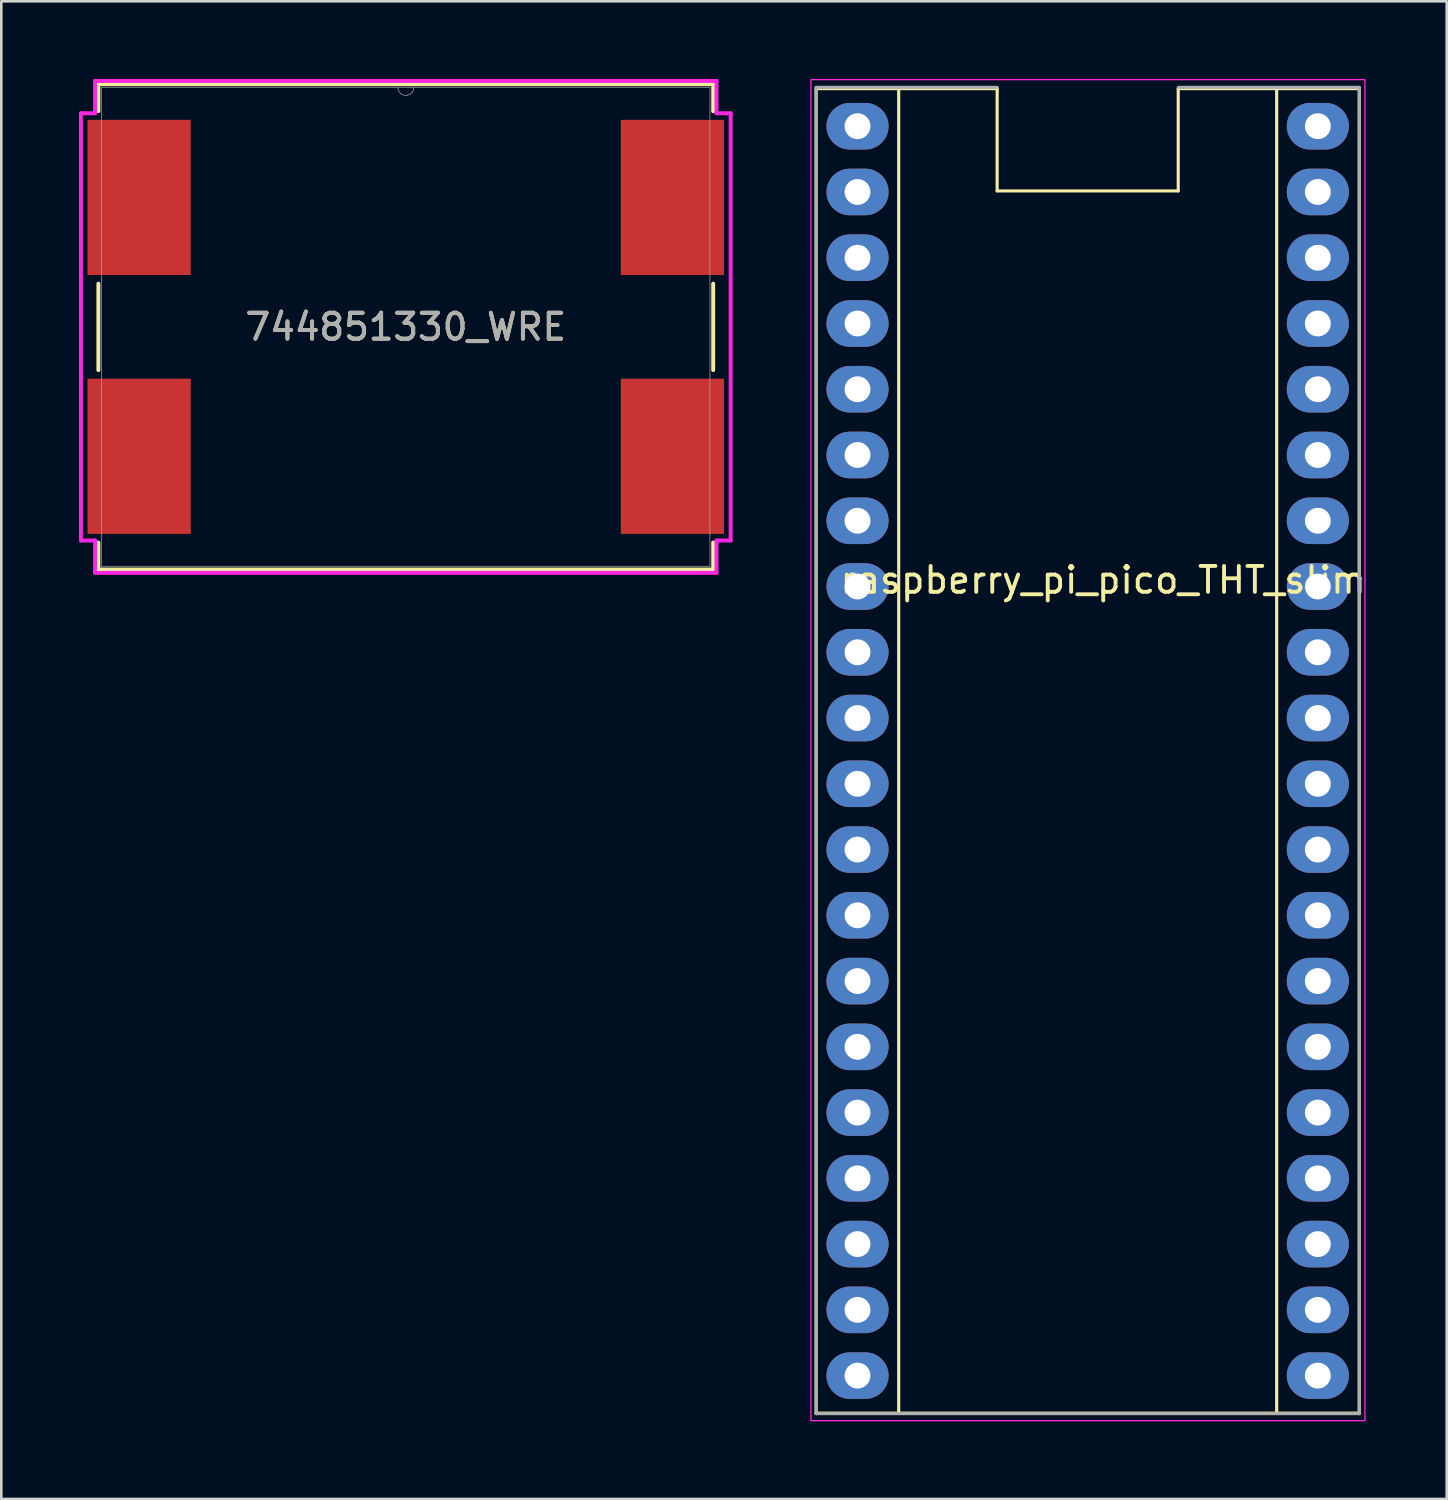
<source format=kicad_pcb>
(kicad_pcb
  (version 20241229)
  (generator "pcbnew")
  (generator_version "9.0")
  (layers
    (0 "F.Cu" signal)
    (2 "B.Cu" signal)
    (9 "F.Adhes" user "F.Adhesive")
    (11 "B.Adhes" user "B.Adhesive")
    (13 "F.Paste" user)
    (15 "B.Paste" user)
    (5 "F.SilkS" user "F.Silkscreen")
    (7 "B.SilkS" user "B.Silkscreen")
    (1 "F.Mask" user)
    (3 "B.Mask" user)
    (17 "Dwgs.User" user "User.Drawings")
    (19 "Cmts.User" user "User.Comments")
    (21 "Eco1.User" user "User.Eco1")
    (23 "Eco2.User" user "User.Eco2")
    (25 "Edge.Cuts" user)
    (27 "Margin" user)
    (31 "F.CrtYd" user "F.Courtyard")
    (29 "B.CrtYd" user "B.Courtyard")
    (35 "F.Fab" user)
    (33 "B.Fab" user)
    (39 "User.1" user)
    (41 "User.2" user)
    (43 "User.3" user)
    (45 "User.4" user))
  (footprint "raspberry_pi_pico_THT_slim"
    (layer "F.Cu")
    (at 30.073 1.825)
    (property "Reference" "raspberry_pi_pico_THT_slim" (at 9.49 17.53 0) (layer "F.SilkS") (effects (font (size 1 1) (thickness 0.15))))
    (attr through_hole)
    (fp_line (start -1.6 49.71) (end 19.38 49.71) (stroke (width 0.12) (type solid)) (layer "F.SilkS"))
    (fp_line (start -1.6 -1.45) (end -1.6 49.71) (stroke (width 0.12) (type solid)) (layer "F.SilkS"))
    (fp_line (start 1.59 -1.42) (end 1.59 49.68) (stroke (width 0.12) (type solid)) (layer "F.SilkS"))
    (fp_line (start 5.393 -1.45) (end -1.6 -1.45) (stroke (width 0.12) (type solid)) (layer "F.SilkS"))
    (fp_line (start 5.393 -1.45) (end 5.393 2.5) (stroke (width 0.12) (type solid)) (layer "F.SilkS"))
    (fp_line (start 5.393 2.5) (end 12.387 2.5) (stroke (width 0.12) (type solid)) (layer "F.SilkS"))
    (fp_line (start 12.387 2.5) (end 12.387 -1.45) (stroke (width 0.12) (type solid)) (layer "F.SilkS"))
    (fp_line (start 16.19 -1.42) (end 16.19 49.63) (stroke (width 0.12) (type solid)) (layer "F.SilkS"))
    (fp_line (start 19.38 49.71) (end 19.38 -1.45) (stroke (width 0.12) (type solid)) (layer "F.SilkS"))
    (fp_line (start 19.38 -1.45) (end 12.387 -1.45) (stroke (width 0.12) (type solid)) (layer "F.SilkS"))
    (fp_rect (start 19.6 50) (end -1.8 -1.8) (stroke (width 0.05) (type solid)) (fill no) (layer "F.CrtYd"))
    (fp_line (start -1.597 49.73) (end 19.383 49.73) (stroke (width 0.12) (type solid)) (layer "F.Fab"))
    (fp_line (start -1.597 -1.5) (end -1.597 49.73) (stroke (width 0.12) (type solid)) (layer "F.Fab"))
    (fp_line (start 5.397 -1.5) (end -1.597 -1.5) (stroke (width 0.12) (type solid)) (layer "F.Fab"))
    (fp_line (start 19.383 49.73) (end 19.383 -1.5) (stroke (width 0.12) (type solid)) (layer "F.Fab"))
    (fp_line (start 19.383 -1.5) (end 12.39 -1.5) (stroke (width 0.12) (type solid)) (layer "F.Fab"))
    (pad "1" thru_hole oval (at 0 0 270) (size 1.8 2.4) (drill 1) (layers "*.Cu" "*.Mask"))
    (pad "2" thru_hole oval (at 0 2.54 270) (size 1.8 2.4) (drill 1) (layers "*.Cu" "*.Mask"))
    (pad "3" thru_hole oval (at 0 5.08 270) (size 1.8 2.4) (drill 1) (layers "*.Cu" "*.Mask"))
    (pad "4" thru_hole oval (at 0 7.62 270) (size 1.8 2.4) (drill 1) (layers "*.Cu" "*.Mask"))
    (pad "5" thru_hole oval (at 0 10.16 270) (size 1.8 2.4) (drill 1) (layers "*.Cu" "*.Mask"))
    (pad "6" thru_hole oval (at 0 12.7 270) (size 1.8 2.4) (drill 1) (layers "*.Cu" "*.Mask"))
    (pad "7" thru_hole oval (at 0 15.24 270) (size 1.8 2.4) (drill 1) (layers "*.Cu" "*.Mask"))
    (pad "8" thru_hole oval (at 0 17.78 270) (size 1.8 2.4) (drill 1) (layers "*.Cu" "*.Mask"))
    (pad "9" thru_hole oval (at 0 20.32 270) (size 1.8 2.4) (drill 1) (layers "*.Cu" "*.Mask"))
    (pad "10" thru_hole oval (at 0 22.86 270) (size 1.8 2.4) (drill 1) (layers "*.Cu" "*.Mask"))
    (pad "11" thru_hole oval (at 0 25.4 270) (size 1.8 2.4) (drill 1) (layers "*.Cu" "*.Mask"))
    (pad "12" thru_hole oval (at 0 27.94 270) (size 1.8 2.4) (drill 1) (layers "*.Cu" "*.Mask"))
    (pad "13" thru_hole oval (at 0 30.48 270) (size 1.8 2.4) (drill 1) (layers "*.Cu" "*.Mask"))
    (pad "14" thru_hole oval (at 0 33.02 270) (size 1.8 2.4) (drill 1) (layers "*.Cu" "*.Mask"))
    (pad "15" thru_hole oval (at 0 35.56 270) (size 1.8 2.4) (drill 1) (layers "*.Cu" "*.Mask"))
    (pad "16" thru_hole oval (at 0 38.1 270) (size 1.8 2.4) (drill 1) (layers "*.Cu" "*.Mask"))
    (pad "17" thru_hole oval (at 0 40.64 270) (size 1.8 2.4) (drill 1) (layers "*.Cu" "*.Mask"))
    (pad "18" thru_hole oval (at 0 43.18 270) (size 1.8 2.4) (drill 1) (layers "*.Cu" "*.Mask"))
    (pad "19" thru_hole oval (at 0 45.72 270) (size 1.8 2.4) (drill 1) (layers "*.Cu" "*.Mask"))
    (pad "20" thru_hole oval (at 0 48.26 270) (size 1.8 2.4) (drill 1) (layers "*.Cu" "*.Mask"))
    (pad "21" thru_hole oval (at 17.78 48.26 270) (size 1.8 2.4) (drill 1) (layers "*.Cu" "*.Mask"))
    (pad "22" thru_hole oval (at 17.78 45.72 270) (size 1.8 2.4) (drill 1) (layers "*.Cu" "*.Mask"))
    (pad "23" thru_hole oval (at 17.78 43.18 270) (size 1.8 2.4) (drill 1) (layers "*.Cu" "*.Mask"))
    (pad "24" thru_hole oval (at 17.78 40.64 270) (size 1.8 2.4) (drill 1) (layers "*.Cu" "*.Mask"))
    (pad "25" thru_hole oval (at 17.78 38.1 270) (size 1.8 2.4) (drill 1) (layers "*.Cu" "*.Mask"))
    (pad "26" thru_hole oval (at 17.78 35.56 270) (size 1.8 2.4) (drill 1) (layers "*.Cu" "*.Mask"))
    (pad "27" thru_hole oval (at 17.78 33.02 270) (size 1.8 2.4) (drill 1) (layers "*.Cu" "*.Mask"))
    (pad "28" thru_hole oval (at 17.78 30.48 270) (size 1.8 2.4) (drill 1) (layers "*.Cu" "*.Mask"))
    (pad "29" thru_hole oval (at 17.78 27.94 270) (size 1.8 2.4) (drill 1) (layers "*.Cu" "*.Mask"))
    (pad "30" thru_hole oval (at 17.78 25.4 270) (size 1.8 2.4) (drill 1) (layers "*.Cu" "*.Mask"))
    (pad "31" thru_hole oval (at 17.78 22.86 270) (size 1.8 2.4) (drill 1) (layers "*.Cu" "*.Mask"))
    (pad "32" thru_hole oval (at 17.78 20.32 270) (size 1.8 2.4) (drill 1) (layers "*.Cu" "*.Mask"))
    (pad "33" thru_hole oval (at 17.78 17.78 270) (size 1.8 2.4) (drill 1) (layers "*.Cu" "*.Mask"))
    (pad "34" thru_hole oval (at 17.78 15.24 270) (size 1.8 2.4) (drill 1) (layers "*.Cu" "*.Mask"))
    (pad "35" thru_hole oval (at 17.78 12.7 270) (size 1.8 2.4) (drill 1) (layers "*.Cu" "*.Mask"))
    (pad "36" thru_hole oval (at 17.78 10.16 270) (size 1.8 2.4) (drill 1) (layers "*.Cu" "*.Mask"))
    (pad "37" thru_hole oval (at 17.78 7.62 270) (size 1.8 2.4) (drill 1) (layers "*.Cu" "*.Mask"))
    (pad "38" thru_hole oval (at 17.78 5.08 270) (size 1.8 2.4) (drill 1) (layers "*.Cu" "*.Mask"))
    (pad "39" thru_hole oval (at 17.78 2.54 270) (size 1.8 2.4) (drill 1) (layers "*.Cu" "*.Mask"))
    (pad "40" thru_hole oval (at 17.78 0 270) (size 1.8 2.4) (drill 1) (layers "*.Cu" "*.Mask")))
  (footprint "744851330_WRE"
    (layer "F.Cu")
    (at 12.624 9.576)
    (property "Reference" "744851330_WRE" (at 0 0 0) (unlocked yes) (layer "F.SilkS") (effects (font (size 1 1) (thickness 0.15))))
    (attr smd)
    (fp_line (start -11.874 -9.373) (end -11.874 -8.33) (stroke (width 0.152) (type solid)) (layer "F.SilkS"))
    (fp_line (start -11.874 -1.67) (end -11.874 1.67) (stroke (width 0.152) (type solid)) (layer "F.SilkS"))
    (fp_line (start -11.874 8.33) (end -11.874 9.373) (stroke (width 0.152) (type solid)) (layer "F.SilkS"))
    (fp_line (start -11.874 9.373) (end 11.874 9.373) (stroke (width 0.152) (type solid)) (layer "F.SilkS"))
    (fp_line (start 11.874 -9.373) (end -11.874 -9.373) (stroke (width 0.152) (type solid)) (layer "F.SilkS"))
    (fp_line (start 11.874 -8.33) (end 11.874 -9.373) (stroke (width 0.152) (type solid)) (layer "F.SilkS"))
    (fp_line (start 11.874 1.67) (end 11.874 -1.67) (stroke (width 0.152) (type solid)) (layer "F.SilkS"))
    (fp_line (start 11.874 9.373) (end 11.874 8.33) (stroke (width 0.152) (type solid)) (layer "F.SilkS"))
    (fp_line (start -12.548 -8.251) (end -12.002 -8.251) (stroke (width 0.152) (type solid)) (layer "F.CrtYd"))
    (fp_line (start -12.548 8.251) (end -12.548 -8.251) (stroke (width 0.152) (type solid)) (layer "F.CrtYd"))
    (fp_line (start -12.548 8.251) (end -12.002 8.251) (stroke (width 0.152) (type solid)) (layer "F.CrtYd"))
    (fp_line (start -12.002 -9.5) (end 12.002 -9.5) (stroke (width 0.152) (type solid)) (layer "F.CrtYd"))
    (fp_line (start -12.002 -8.251) (end -12.002 -9.5) (stroke (width 0.152) (type solid)) (layer "F.CrtYd"))
    (fp_line (start -12.002 9.5) (end -12.002 8.251) (stroke (width 0.152) (type solid)) (layer "F.CrtYd"))
    (fp_line (start 12.002 -9.5) (end 12.002 -8.251) (stroke (width 0.152) (type solid)) (layer "F.CrtYd"))
    (fp_line (start 12.002 8.251) (end 12.002 9.5) (stroke (width 0.152) (type solid)) (layer "F.CrtYd"))
    (fp_line (start 12.002 9.5) (end -12.002 9.5) (stroke (width 0.152) (type solid)) (layer "F.CrtYd"))
    (fp_line (start 12.548 -8.251) (end 12.002 -8.251) (stroke (width 0.152) (type solid)) (layer "F.CrtYd"))
    (fp_line (start 12.548 -8.251) (end 12.548 8.251) (stroke (width 0.152) (type solid)) (layer "F.CrtYd"))
    (fp_line (start 12.548 8.251) (end 12.002 8.251) (stroke (width 0.152) (type solid)) (layer "F.CrtYd"))
    (fp_line (start -11.748 -9.246) (end -11.748 9.246) (stroke (width 0.025) (type solid)) (layer "F.Fab"))
    (fp_line (start -11.748 9.246) (end 11.748 9.246) (stroke (width 0.025) (type solid)) (layer "F.Fab"))
    (fp_line (start 11.748 -9.246) (end -11.748 -9.246) (stroke (width 0.025) (type solid)) (layer "F.Fab"))
    (fp_line (start 11.748 9.246) (end 11.748 -9.246) (stroke (width 0.025) (type solid)) (layer "F.Fab"))
    (fp_arc (start 0.3048 -9.2456) (mid 0 -8.9408) (end -0.3048 -9.2456) (stroke (width 0.0254) (type solid)) (layer "F.Fab"))
    (fp_text user "${REFERENCE}" (at 0 0 0) (unlocked yes) (layer "F.Fab") (effects (font (size 1 1) (thickness 0.15))))
    (pad "1" smd rect (at -10.3 5) (size 3.988 5.994) (layers "F.Cu" "F.Mask" "F.Paste"))
    (pad "2" smd rect (at -10.3 -5) (size 3.988 5.994) (layers "F.Cu" "F.Mask" "F.Paste"))
    (pad "3" smd rect (at 10.3 -5) (size 3.988 5.994) (layers "F.Cu" "F.Mask" "F.Paste"))
    (pad "4" smd rect (at 10.3 5) (size 3.988 5.994) (layers "F.Cu" "F.Mask" "F.Paste")))
  (gr_rect
    (start -3 -3)
    (end 52.831 54.85)
    (stroke (width 0.1) (type default))
    (fill no)
    (layer "Edge.Cuts")))
</source>
